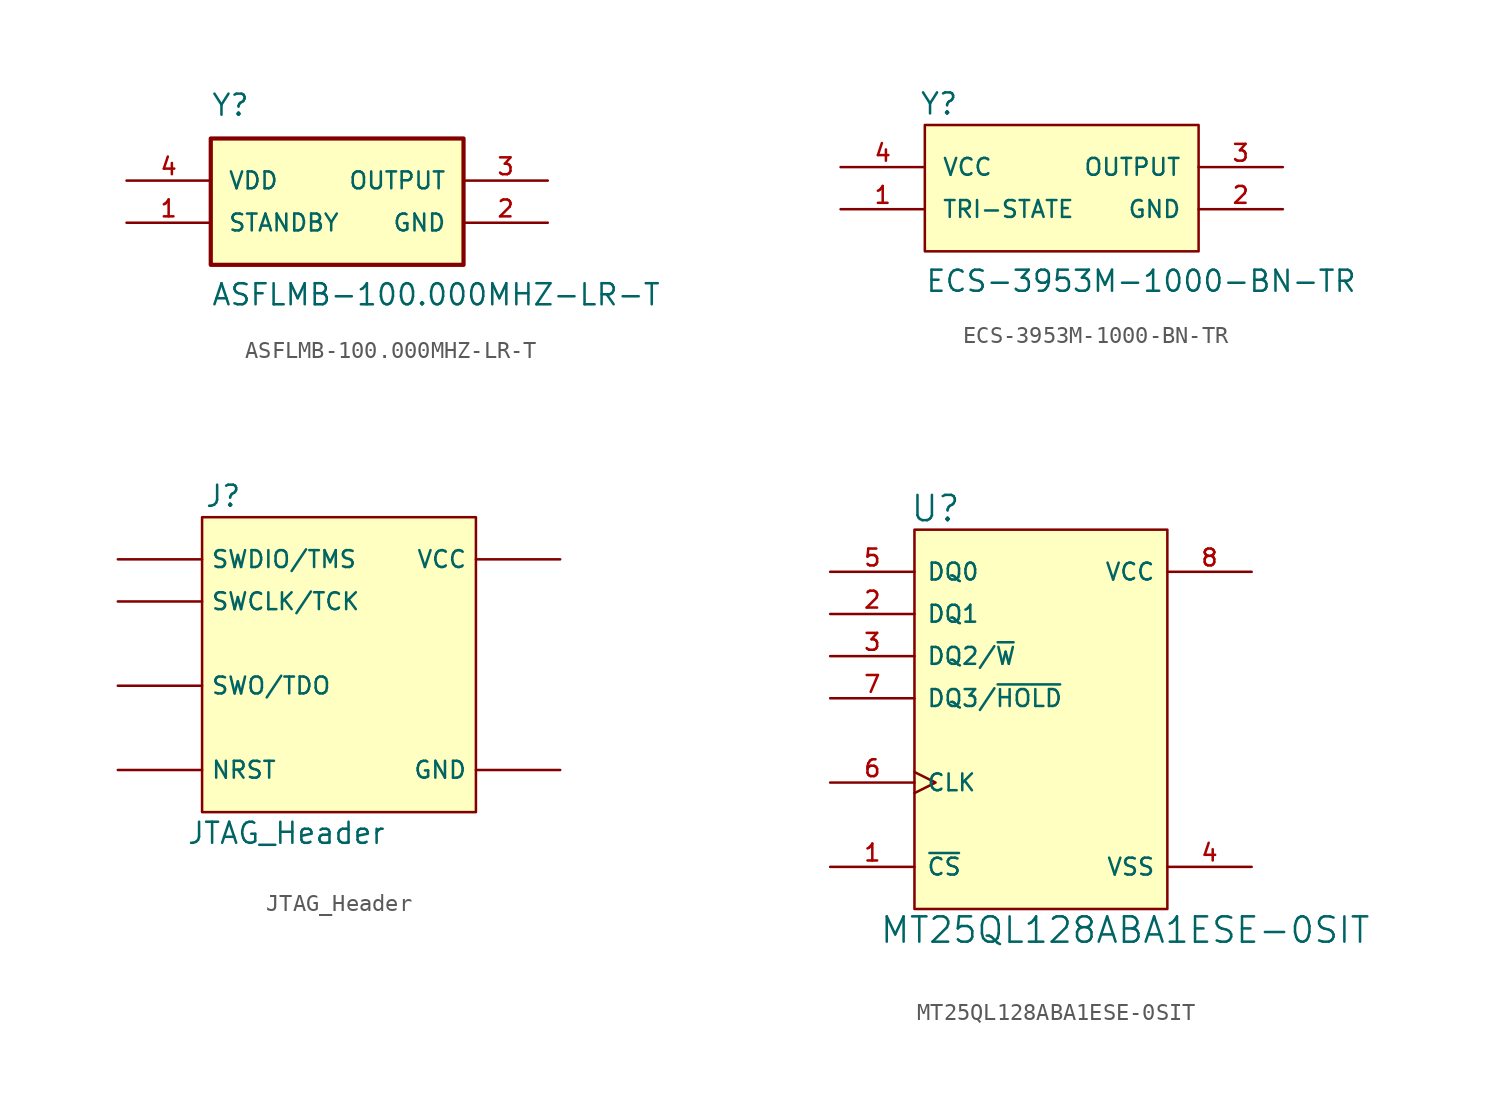
<source format=kicad_sym>
(kicad_symbol_lib
  (version 20211014)
  (generator kicad_symbol_editor)
  (symbol "ASFLMB-100.000MHZ-LR-T"
    (pin_names
      (offset 1.016))
    (property "Reference" "Y"
      (at -7.62 5.08 0)
      (effects (font (size 1.27 1.27)) (justify left bottom)))
    (property "Value" "ASFLMB-100.000MHZ-LR-T"
      (at -7.62 -6.35 0)
      (effects (font (size 1.27 1.27)) (justify left bottom)))
    (property "ki_locked" ""
      (at 0 0 0)
      (effects (font (size 1.27 1.27))))
    (symbol "ASFLMB-100.000MHZ-LR-T_0_0"
      (rectangle (start -7.62 3.81) (end 7.62 -3.81) (stroke (width 0.254) (type default) (color 0 0 0 0)) (fill (type background)))
      (pin passive line (at -12.7 -1.27 0) (length 5.08) (name "STANDBY" (effects (font (size 1.016 1.016)))) (number "1" (effects (font (size 1.016 1.016)))))
      (pin power_in line (at 12.7 -1.27 180) (length 5.08) (name "GND" (effects (font (size 1.016 1.016)))) (number "2" (effects (font (size 1.016 1.016)))))
      (pin output line (at 12.7 1.27 180) (length 5.08) (name "OUTPUT" (effects (font (size 1.016 1.016)))) (number "3" (effects (font (size 1.016 1.016)))))
      (pin power_in line (at -12.7 1.27 0) (length 5.08) (name "VDD" (effects (font (size 1.016 1.016)))) (number "4" (effects (font (size 1.016 1.016)))))))
  (symbol "ECS-3953M-1000-BN-TR"
    (pin_names
      (offset 1.016))
    (property "Reference" "Y"
      (at -7.95 4.343 0)
      (effects (font (size 1.27 1.27)) (justify left bottom)))
    (property "Value" "ECS-3953M-1000-BN-TR"
      (at -7.62 -6.35 0)
      (effects (font (size 1.27 1.27)) (justify left bottom)))
    (property "ki_locked" ""
      (at 0 0 0)
      (effects (font (size 1.27 1.27))))
    (symbol "ECS-3953M-1000-BN-TR_0_0"
      (rectangle (start -7.62 3.81) (end 8.89 -3.81) (stroke (width 0.152) (type default) (color 0 0 0 0)) (fill (type background)))
      (pin input line (at -12.7 -1.27 0) (length 5.08) (name "TRI-STATE" (effects (font (size 1.016 1.016)))) (number "1" (effects (font (size 1.016 1.016)))))
      (pin power_in line (at 13.97 -1.27 180) (length 5.08) (name "GND" (effects (font (size 1.016 1.016)))) (number "2" (effects (font (size 1.016 1.016)))))
      (pin output line (at 13.97 1.27 180) (length 5.08) (name "OUTPUT" (effects (font (size 1.016 1.016)))) (number "3" (effects (font (size 1.016 1.016)))))
      (pin input line (at -12.7 1.27 0) (length 5.08) (name "VCC" (effects (font (size 1.016 1.016)))) (number "4" (effects (font (size 1.016 1.016)))))))
  (symbol "JTAG_Header"
    (property "Reference" "J"
      (at -6.35 11.43 0)
      (effects (font (size 1.27 1.27))))
    (property "Value" "JTAG_Header"
      (at -2.54 -8.89 0)
      (effects (font (size 1.27 1.27))))
    (symbol "JTAG_Header_0_1"
      (rectangle (start -7.62 10.16) (end 8.89 -7.62) (stroke (width 0) (type default) (color 0 0 0 0)) (fill (type background))))
    (symbol "JTAG_Header_1_0"
      (pin output line (at 13.97 -5.08 180) (length 5.08) (name "GND" (effects (font (size 1.016 1.016)))) (number "" (effects (font (size 1.016 1.016)))))
      (pin output line (at -12.7 -5.08 0) (length 5.08) (name "NRST" (effects (font (size 1.016 1.016)))) (number "" (effects (font (size 1.016 1.016)))))
      (pin output line (at -12.7 5.08 0) (length 5.08) (name "SWCLK/TCK" (effects (font (size 1.016 1.016)))) (number "" (effects (font (size 1.016 1.016)))))
      (pin output line (at -12.7 7.62 0) (length 5.08) (name "SWDIO/TMS" (effects (font (size 1.016 1.016)))) (number "" (effects (font (size 1.016 1.016)))))
      (pin input line (at -12.7 0 0) (length 5.08) (name "SWO/TDO" (effects (font (size 1.016 1.016)))) (number "" (effects (font (size 1.016 1.016))))))
    (symbol "JTAG_Header_1_1"
      (pin power_out line (at 13.97 7.62 180) (length 5.08) (name "VCC" (effects (font (size 1.016 1.016)))) (number "" (effects (font (size 1.016 1.016)))))))
  (symbol "MT25QL128ABA1ESE-0SIT"
    (pin_names
      (offset 0.7))
    (property "Reference" "U"
      (at -6.35 11.43 0)
      (effects (font (size 1.524 1.524))))
    (property "Value" "MT25QL128ABA1ESE-0SIT"
      (at 5.08 -13.97 0)
      (effects (font (size 1.524 1.524))))
    (property "Datasheet" ""
      (at -17.78 7.62 0)
      (effects (font (size 1.524 1.524))))
    (symbol "MT25QL128ABA1ESE-0SIT_1_1"
      (rectangle (start -7.62 10.16) (end 7.62 -12.7) (stroke (width 0) (type default) (color 0 0 0 0)) (fill (type background)))
      (pin input line (at -12.7 -10.16 0) (length 5.08) (name "~{CS}" (effects (font (size 1.016 1.016)))) (number "1" (effects (font (size 1.016 1.016)))))
      (pin bidirectional line (at -12.7 5.08 0) (length 5.08) (name "DQ1" (effects (font (size 1.016 1.016)))) (number "2" (effects (font (size 1.016 1.016)))))
      (pin bidirectional line (at -12.7 2.54 0) (length 5.08) (name "DQ2/~{W}" (effects (font (size 1.016 1.016)))) (number "3" (effects (font (size 1.016 1.016)))))
      (pin power_in line (at 12.7 -10.16 180) (length 5.08) (name "VSS" (effects (font (size 1.016 1.016)))) (number "4" (effects (font (size 1.016 1.016)))))
      (pin bidirectional line (at -12.7 7.62 0) (length 5.08) (name "DQ0" (effects (font (size 1.016 1.016)))) (number "5" (effects (font (size 1.016 1.016)))))
      (pin input clock (at -12.7 -5.08 0) (length 5.08) (name "CLK" (effects (font (size 1.016 1.016)))) (number "6" (effects (font (size 1.016 1.016)))))
      (pin bidirectional line (at -12.7 0 0) (length 5.08) (name "DQ3/~{HOLD}" (effects (font (size 1.016 1.016)))) (number "7" (effects (font (size 1.016 1.016)))))
      (pin power_in line (at 12.7 7.62 180) (length 5.08) (name "VCC" (effects (font (size 1.016 1.016)))) (number "8" (effects (font (size 1.016 1.016))))))))
</source>
